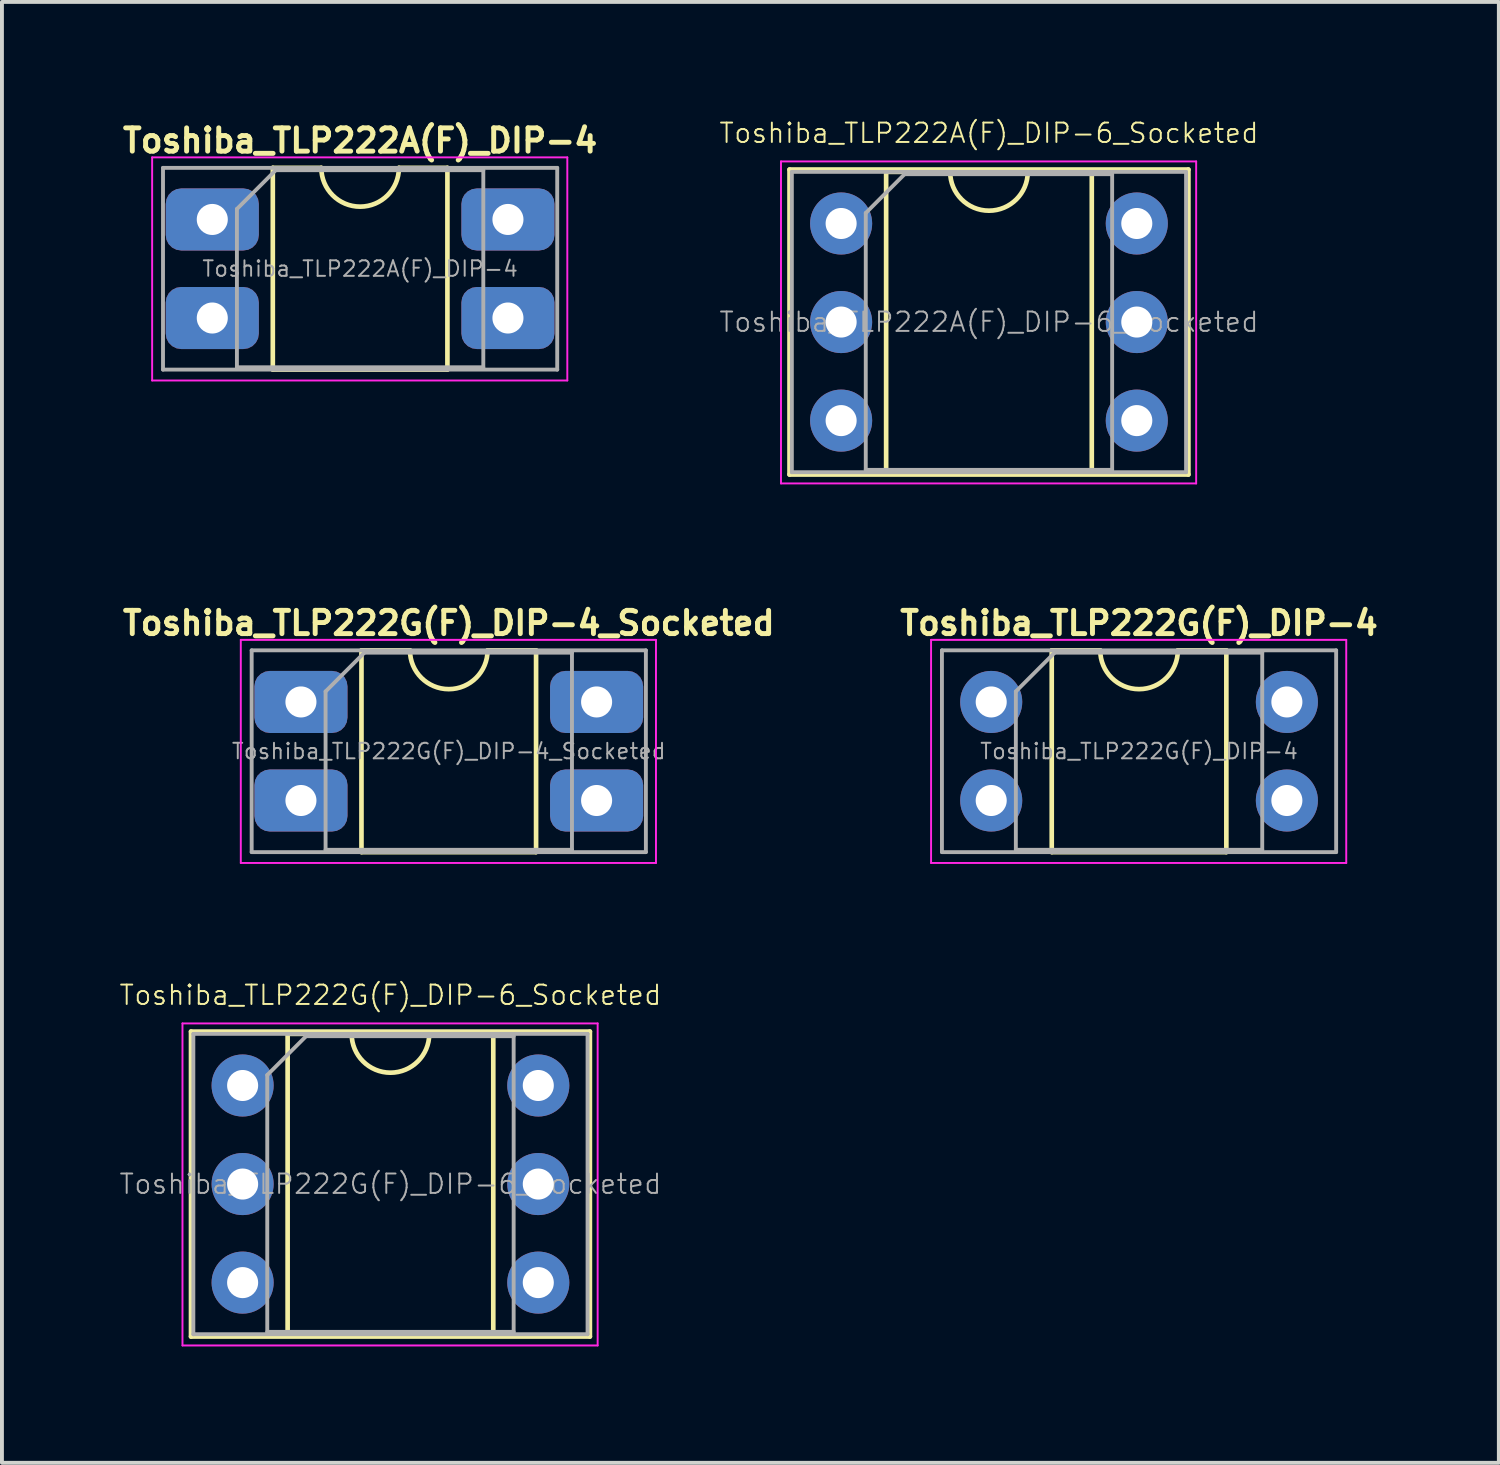
<source format=kicad_pcb>
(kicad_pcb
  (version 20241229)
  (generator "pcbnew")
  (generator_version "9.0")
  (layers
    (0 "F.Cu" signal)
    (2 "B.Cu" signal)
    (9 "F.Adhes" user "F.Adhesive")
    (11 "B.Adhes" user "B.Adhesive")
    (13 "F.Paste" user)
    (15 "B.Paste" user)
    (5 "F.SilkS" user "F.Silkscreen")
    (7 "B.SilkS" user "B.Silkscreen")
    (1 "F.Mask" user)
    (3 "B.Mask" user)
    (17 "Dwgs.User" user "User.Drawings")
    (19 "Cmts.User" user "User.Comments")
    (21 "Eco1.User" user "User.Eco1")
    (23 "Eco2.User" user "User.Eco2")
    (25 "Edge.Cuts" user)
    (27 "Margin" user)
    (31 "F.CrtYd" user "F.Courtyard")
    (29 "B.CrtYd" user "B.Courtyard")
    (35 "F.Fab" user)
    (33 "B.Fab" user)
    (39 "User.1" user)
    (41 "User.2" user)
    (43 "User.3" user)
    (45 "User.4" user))
  (footprint "Toshiba_TLP222G(F)_DIP-6_Socketed"
    (layer "F.Cu")
    (at 7.013 27.466)
    (property "Reference" "Toshiba_TLP222G(F)_DIP-6_Socketed" (at 0 -4.87 0) (layer "F.SilkS") (effects (font (size 0.5 0.5) (thickness 0.05))))
    (attr through_hole)
    (fp_line (start -5.14 -3.93) (end -5.14 3.93) (stroke (width 0.12) (type solid)) (layer "F.SilkS"))
    (fp_line (start -5.14 3.93) (end 5.14 3.93) (stroke (width 0.12) (type solid)) (layer "F.SilkS"))
    (fp_line (start -2.65 -3.87) (end -2.65 3.87) (stroke (width 0.12) (type solid)) (layer "F.SilkS"))
    (fp_line (start -2.65 3.87) (end 2.65 3.87) (stroke (width 0.12) (type solid)) (layer "F.SilkS"))
    (fp_line (start -1 -3.87) (end -2.65 -3.87) (stroke (width 0.12) (type solid)) (layer "F.SilkS"))
    (fp_line (start 2.65 -3.87) (end 1 -3.87) (stroke (width 0.12) (type solid)) (layer "F.SilkS"))
    (fp_line (start 2.65 3.87) (end 2.65 -3.87) (stroke (width 0.12) (type solid)) (layer "F.SilkS"))
    (fp_line (start 5.14 -3.93) (end -5.14 -3.93) (stroke (width 0.12) (type solid)) (layer "F.SilkS"))
    (fp_line (start 5.14 3.93) (end 5.14 -3.93) (stroke (width 0.12) (type solid)) (layer "F.SilkS"))
    (fp_arc (start 1 -3.87) (mid 0 -2.87) (end -1 -3.87) (stroke (width 0.12) (type solid)) (layer "F.SilkS"))
    (fp_line (start -5.36 -4.14) (end -5.36 4.16) (stroke (width 0.05) (type solid)) (layer "F.CrtYd"))
    (fp_line (start -5.36 4.16) (end 5.34 4.16) (stroke (width 0.05) (type solid)) (layer "F.CrtYd"))
    (fp_line (start 5.34 -4.14) (end -5.36 -4.14) (stroke (width 0.05) (type solid)) (layer "F.CrtYd"))
    (fp_line (start 5.34 4.16) (end 5.34 -4.14) (stroke (width 0.05) (type solid)) (layer "F.CrtYd"))
    (fp_line (start -5.08 -3.87) (end -5.08 3.87) (stroke (width 0.1) (type solid)) (layer "F.Fab"))
    (fp_line (start -5.08 3.87) (end 5.08 3.87) (stroke (width 0.1) (type solid)) (layer "F.Fab"))
    (fp_line (start -3.175 -2.81) (end -2.175 -3.81) (stroke (width 0.1) (type solid)) (layer "F.Fab"))
    (fp_line (start -3.175 3.81) (end -3.175 -2.81) (stroke (width 0.1) (type solid)) (layer "F.Fab"))
    (fp_line (start -2.175 -3.81) (end 3.175 -3.81) (stroke (width 0.1) (type solid)) (layer "F.Fab"))
    (fp_line (start 3.175 -3.81) (end 3.175 3.81) (stroke (width 0.1) (type solid)) (layer "F.Fab"))
    (fp_line (start 3.175 3.81) (end -3.175 3.81) (stroke (width 0.1) (type solid)) (layer "F.Fab"))
    (fp_line (start 5.08 -3.87) (end -5.08 -3.87) (stroke (width 0.1) (type solid)) (layer "F.Fab"))
    (fp_line (start 5.08 3.87) (end 5.08 -3.87) (stroke (width 0.1) (type solid)) (layer "F.Fab"))
    (fp_text user "${REFERENCE}" (at 0 0 0) (layer "F.Fab") (effects (font (size 0.5 0.5) (thickness 0.05))))
    (pad "1" thru_hole circle (at -3.81 -2.54) (size 1.6 1.6) (drill 0.8) (layers "*.Cu" "*.Mask"))
    (pad "2" thru_hole oval (at -3.81 0) (size 1.6 1.6) (drill 0.8) (layers "*.Cu" "*.Mask"))
    (pad "3" thru_hole oval (at -3.81 2.54) (size 1.6 1.6) (drill 0.8) (layers "*.Cu" "*.Mask"))
    (pad "4" thru_hole oval (at 3.81 2.54) (size 1.6 1.6) (drill 0.8) (layers "*.Cu" "*.Mask"))
    (pad "5" thru_hole oval (at 3.81 0) (size 1.6 1.6) (drill 0.8) (layers "*.Cu" "*.Mask"))
    (pad "6" thru_hole oval (at 3.81 -2.54) (size 1.6 1.6) (drill 0.8) (layers "*.Cu" "*.Mask")))
  (footprint "Toshiba_TLP222G(F)_DIP-4_Socketed"
    (layer "F.Cu")
    (at 8.516 16.311)
    (property "Reference" "Toshiba_TLP222G(F)_DIP-4_Socketed" (at 0 -3.302 0) (layer "F.SilkS") (effects (font (size 0.6 0.6) (thickness 0.127))))
    (attr through_hole)
    (fp_line (start -2.25 -2.6) (end -2.25 2.6) (stroke (width 0.12) (type solid)) (layer "F.SilkS"))
    (fp_line (start -2.25 2.6) (end 2.25 2.6) (stroke (width 0.12) (type solid)) (layer "F.SilkS"))
    (fp_line (start -1 -2.6) (end -2.25 -2.6) (stroke (width 0.12) (type solid)) (layer "F.SilkS"))
    (fp_line (start 2.25 -2.6) (end 1 -2.6) (stroke (width 0.12) (type solid)) (layer "F.SilkS"))
    (fp_line (start 2.25 2.6) (end 2.25 -2.6) (stroke (width 0.12) (type solid)) (layer "F.SilkS"))
    (fp_arc (start 1 -2.6) (mid 0 -1.6) (end -1 -2.6) (stroke (width 0.12) (type solid)) (layer "F.SilkS"))
    (fp_line (start -5.36 -2.87) (end -5.36 2.88) (stroke (width 0.05) (type solid)) (layer "F.CrtYd"))
    (fp_line (start -5.36 2.88) (end 5.34 2.88) (stroke (width 0.05) (type solid)) (layer "F.CrtYd"))
    (fp_line (start 5.34 -2.87) (end -5.36 -2.87) (stroke (width 0.05) (type solid)) (layer "F.CrtYd"))
    (fp_line (start 5.34 2.88) (end 5.34 -2.87) (stroke (width 0.05) (type solid)) (layer "F.CrtYd"))
    (fp_line (start -5.08 -2.6) (end -5.08 2.6) (stroke (width 0.1) (type solid)) (layer "F.Fab"))
    (fp_line (start -5.08 2.6) (end 5.08 2.6) (stroke (width 0.1) (type solid)) (layer "F.Fab"))
    (fp_line (start -3.175 -1.54) (end -2.175 -2.54) (stroke (width 0.1) (type solid)) (layer "F.Fab"))
    (fp_line (start -3.175 2.54) (end -3.175 -1.54) (stroke (width 0.1) (type solid)) (layer "F.Fab"))
    (fp_line (start -2.175 -2.54) (end 3.175 -2.54) (stroke (width 0.1) (type solid)) (layer "F.Fab"))
    (fp_line (start 3.175 -2.54) (end 3.175 2.54) (stroke (width 0.1) (type solid)) (layer "F.Fab"))
    (fp_line (start 3.175 2.54) (end -3.175 2.54) (stroke (width 0.1) (type solid)) (layer "F.Fab"))
    (fp_line (start 5.08 -2.6) (end -5.08 -2.6) (stroke (width 0.1) (type solid)) (layer "F.Fab"))
    (fp_line (start 5.08 2.6) (end 5.08 -2.6) (stroke (width 0.1) (type solid)) (layer "F.Fab"))
    (fp_text user "${REFERENCE}" (at 0 0 0) (layer "F.Fab") (effects (font (size 0.4 0.4) (thickness 0.05))))
    (pad "1" thru_hole roundrect (at -3.81 -1.27) (size 2.4 1.6) (drill 0.8) (layers "*.Cu" "*.Mask") (roundrect_rratio 0.25))
    (pad "2" thru_hole roundrect (at -3.81 1.27) (size 2.4 1.6) (drill 0.8) (layers "*.Cu" "*.Mask") (roundrect_rratio 0.25))
    (pad "3" thru_hole roundrect (at 3.81 1.27) (size 2.4 1.6) (drill 0.8) (layers "*.Cu" "*.Mask") (roundrect_rratio 0.25))
    (pad "4" thru_hole roundrect (at 3.81 -1.27) (size 2.4 1.6) (drill 0.8) (layers "*.Cu" "*.Mask") (roundrect_rratio 0.25)))
  (footprint "Toshiba_TLP222G(F)_DIP-4"
    (layer "F.Cu")
    (at 26.306 16.311)
    (property "Reference" "Toshiba_TLP222G(F)_DIP-4" (at 0 -3.302 0) (layer "F.SilkS") (effects (font (size 0.6 0.6) (thickness 0.127))))
    (attr through_hole)
    (fp_line (start -2.25 -2.6) (end -2.25 2.6) (stroke (width 0.12) (type solid)) (layer "F.SilkS"))
    (fp_line (start -2.25 2.6) (end 2.25 2.6) (stroke (width 0.12) (type solid)) (layer "F.SilkS"))
    (fp_line (start -1 -2.6) (end -2.25 -2.6) (stroke (width 0.12) (type solid)) (layer "F.SilkS"))
    (fp_line (start 2.25 -2.6) (end 1 -2.6) (stroke (width 0.12) (type solid)) (layer "F.SilkS"))
    (fp_line (start 2.25 2.6) (end 2.25 -2.6) (stroke (width 0.12) (type solid)) (layer "F.SilkS"))
    (fp_arc (start 1 -2.6) (mid 0 -1.6) (end -1 -2.6) (stroke (width 0.12) (type solid)) (layer "F.SilkS"))
    (fp_line (start -5.36 -2.87) (end -5.36 2.88) (stroke (width 0.05) (type solid)) (layer "F.CrtYd"))
    (fp_line (start -5.36 2.88) (end 5.34 2.88) (stroke (width 0.05) (type solid)) (layer "F.CrtYd"))
    (fp_line (start 5.34 -2.87) (end -5.36 -2.87) (stroke (width 0.05) (type solid)) (layer "F.CrtYd"))
    (fp_line (start 5.34 2.88) (end 5.34 -2.87) (stroke (width 0.05) (type solid)) (layer "F.CrtYd"))
    (fp_line (start -5.08 -2.6) (end -5.08 2.6) (stroke (width 0.1) (type solid)) (layer "F.Fab"))
    (fp_line (start -5.08 2.6) (end 5.08 2.6) (stroke (width 0.1) (type solid)) (layer "F.Fab"))
    (fp_line (start -3.175 -1.54) (end -2.175 -2.54) (stroke (width 0.1) (type solid)) (layer "F.Fab"))
    (fp_line (start -3.175 2.54) (end -3.175 -1.54) (stroke (width 0.1) (type solid)) (layer "F.Fab"))
    (fp_line (start -2.175 -2.54) (end 3.175 -2.54) (stroke (width 0.1) (type solid)) (layer "F.Fab"))
    (fp_line (start 3.175 -2.54) (end 3.175 2.54) (stroke (width 0.1) (type solid)) (layer "F.Fab"))
    (fp_line (start 3.175 2.54) (end -3.175 2.54) (stroke (width 0.1) (type solid)) (layer "F.Fab"))
    (fp_line (start 5.08 -2.6) (end -5.08 -2.6) (stroke (width 0.1) (type solid)) (layer "F.Fab"))
    (fp_line (start 5.08 2.6) (end 5.08 -2.6) (stroke (width 0.1) (type solid)) (layer "F.Fab"))
    (fp_text user "${REFERENCE}" (at 0 0 0) (layer "F.Fab") (effects (font (size 0.4 0.4) (thickness 0.05))))
    (pad "1" thru_hole circle (at -3.81 -1.27) (size 1.6 1.6) (drill 0.8) (layers "*.Cu" "*.Mask"))
    (pad "2" thru_hole circle (at -3.81 1.27) (size 1.6 1.6) (drill 0.8) (layers "*.Cu" "*.Mask"))
    (pad "3" thru_hole circle (at 3.81 1.27) (size 1.6 1.6) (drill 0.8) (layers "*.Cu" "*.Mask"))
    (pad "4" thru_hole circle (at 3.81 -1.27) (size 1.6 1.6) (drill 0.8) (layers "*.Cu" "*.Mask")))
  (footprint "Toshiba_TLP222A(F)_DIP-4"
    (layer "F.Cu")
    (at 6.231 3.876)
    (property "Reference" "Toshiba_TLP222A(F)_DIP-4" (at 0 -3.302 0) (layer "F.SilkS") (effects (font (size 0.6 0.6) (thickness 0.127))))
    (attr through_hole)
    (fp_line (start -2.25 -2.6) (end -2.25 2.6) (stroke (width 0.12) (type solid)) (layer "F.SilkS"))
    (fp_line (start -2.25 2.6) (end 2.25 2.6) (stroke (width 0.12) (type solid)) (layer "F.SilkS"))
    (fp_line (start -1 -2.6) (end -2.25 -2.6) (stroke (width 0.12) (type solid)) (layer "F.SilkS"))
    (fp_line (start 2.25 -2.6) (end 1 -2.6) (stroke (width 0.12) (type solid)) (layer "F.SilkS"))
    (fp_line (start 2.25 2.6) (end 2.25 -2.6) (stroke (width 0.12) (type solid)) (layer "F.SilkS"))
    (fp_arc (start 1 -2.6) (mid 0 -1.6) (end -1 -2.6) (stroke (width 0.12) (type solid)) (layer "F.SilkS"))
    (fp_line (start -5.36 -2.87) (end -5.36 2.88) (stroke (width 0.05) (type solid)) (layer "F.CrtYd"))
    (fp_line (start -5.36 2.88) (end 5.34 2.88) (stroke (width 0.05) (type solid)) (layer "F.CrtYd"))
    (fp_line (start 5.34 -2.87) (end -5.36 -2.87) (stroke (width 0.05) (type solid)) (layer "F.CrtYd"))
    (fp_line (start 5.34 2.88) (end 5.34 -2.87) (stroke (width 0.05) (type solid)) (layer "F.CrtYd"))
    (fp_line (start -5.08 -2.6) (end -5.08 2.6) (stroke (width 0.1) (type solid)) (layer "F.Fab"))
    (fp_line (start -5.08 2.6) (end 5.08 2.6) (stroke (width 0.1) (type solid)) (layer "F.Fab"))
    (fp_line (start -3.175 -1.54) (end -2.175 -2.54) (stroke (width 0.1) (type solid)) (layer "F.Fab"))
    (fp_line (start -3.175 2.54) (end -3.175 -1.54) (stroke (width 0.1) (type solid)) (layer "F.Fab"))
    (fp_line (start -2.175 -2.54) (end 3.175 -2.54) (stroke (width 0.1) (type solid)) (layer "F.Fab"))
    (fp_line (start 3.175 -2.54) (end 3.175 2.54) (stroke (width 0.1) (type solid)) (layer "F.Fab"))
    (fp_line (start 3.175 2.54) (end -3.175 2.54) (stroke (width 0.1) (type solid)) (layer "F.Fab"))
    (fp_line (start 5.08 -2.6) (end -5.08 -2.6) (stroke (width 0.1) (type solid)) (layer "F.Fab"))
    (fp_line (start 5.08 2.6) (end 5.08 -2.6) (stroke (width 0.1) (type solid)) (layer "F.Fab"))
    (fp_text user "${REFERENCE}" (at 0 0 0) (layer "F.Fab") (effects (font (size 0.4 0.4) (thickness 0.05))))
    (pad "1" thru_hole roundrect (at -3.81 -1.27) (size 2.4 1.6) (drill 0.8) (layers "*.Cu" "*.Mask") (roundrect_rratio 0.25))
    (pad "2" thru_hole roundrect (at -3.81 1.27) (size 2.4 1.6) (drill 0.8) (layers "*.Cu" "*.Mask") (roundrect_rratio 0.25))
    (pad "3" thru_hole roundrect (at 3.81 1.27) (size 2.4 1.6) (drill 0.8) (layers "*.Cu" "*.Mask") (roundrect_rratio 0.25))
    (pad "4" thru_hole roundrect (at 3.81 -1.27) (size 2.4 1.6) (drill 0.8) (layers "*.Cu" "*.Mask") (roundrect_rratio 0.25)))
  (footprint "Toshiba_TLP222A(F)_DIP-6_Socketed"
    (layer "F.Cu")
    (at 22.438 5.25)
    (property "Reference" "Toshiba_TLP222A(F)_DIP-6_Socketed" (at 0 -4.87 0) (layer "F.SilkS") (effects (font (size 0.5 0.5) (thickness 0.05))))
    (attr through_hole)
    (fp_line (start -5.14 -3.93) (end -5.14 3.93) (stroke (width 0.12) (type solid)) (layer "F.SilkS"))
    (fp_line (start -5.14 3.93) (end 5.14 3.93) (stroke (width 0.12) (type solid)) (layer "F.SilkS"))
    (fp_line (start -2.65 -3.87) (end -2.65 3.87) (stroke (width 0.12) (type solid)) (layer "F.SilkS"))
    (fp_line (start -2.65 3.87) (end 2.65 3.87) (stroke (width 0.12) (type solid)) (layer "F.SilkS"))
    (fp_line (start -1 -3.87) (end -2.65 -3.87) (stroke (width 0.12) (type solid)) (layer "F.SilkS"))
    (fp_line (start 2.65 -3.87) (end 1 -3.87) (stroke (width 0.12) (type solid)) (layer "F.SilkS"))
    (fp_line (start 2.65 3.87) (end 2.65 -3.87) (stroke (width 0.12) (type solid)) (layer "F.SilkS"))
    (fp_line (start 5.14 -3.93) (end -5.14 -3.93) (stroke (width 0.12) (type solid)) (layer "F.SilkS"))
    (fp_line (start 5.14 3.93) (end 5.14 -3.93) (stroke (width 0.12) (type solid)) (layer "F.SilkS"))
    (fp_arc (start 1 -3.87) (mid 0 -2.87) (end -1 -3.87) (stroke (width 0.12) (type solid)) (layer "F.SilkS"))
    (fp_line (start -5.36 -4.14) (end -5.36 4.16) (stroke (width 0.05) (type solid)) (layer "F.CrtYd"))
    (fp_line (start -5.36 4.16) (end 5.34 4.16) (stroke (width 0.05) (type solid)) (layer "F.CrtYd"))
    (fp_line (start 5.34 -4.14) (end -5.36 -4.14) (stroke (width 0.05) (type solid)) (layer "F.CrtYd"))
    (fp_line (start 5.34 4.16) (end 5.34 -4.14) (stroke (width 0.05) (type solid)) (layer "F.CrtYd"))
    (fp_line (start -5.08 -3.87) (end -5.08 3.87) (stroke (width 0.1) (type solid)) (layer "F.Fab"))
    (fp_line (start -5.08 3.87) (end 5.08 3.87) (stroke (width 0.1) (type solid)) (layer "F.Fab"))
    (fp_line (start -3.175 -2.81) (end -2.175 -3.81) (stroke (width 0.1) (type solid)) (layer "F.Fab"))
    (fp_line (start -3.175 3.81) (end -3.175 -2.81) (stroke (width 0.1) (type solid)) (layer "F.Fab"))
    (fp_line (start -2.175 -3.81) (end 3.175 -3.81) (stroke (width 0.1) (type solid)) (layer "F.Fab"))
    (fp_line (start 3.175 -3.81) (end 3.175 3.81) (stroke (width 0.1) (type solid)) (layer "F.Fab"))
    (fp_line (start 3.175 3.81) (end -3.175 3.81) (stroke (width 0.1) (type solid)) (layer "F.Fab"))
    (fp_line (start 5.08 -3.87) (end -5.08 -3.87) (stroke (width 0.1) (type solid)) (layer "F.Fab"))
    (fp_line (start 5.08 3.87) (end 5.08 -3.87) (stroke (width 0.1) (type solid)) (layer "F.Fab"))
    (fp_text user "${REFERENCE}" (at 0 0 0) (layer "F.Fab") (effects (font (size 0.5 0.5) (thickness 0.05))))
    (pad "1" thru_hole circle (at -3.81 -2.54) (size 1.6 1.6) (drill 0.8) (layers "*.Cu" "*.Mask"))
    (pad "2" thru_hole oval (at -3.81 0) (size 1.6 1.6) (drill 0.8) (layers "*.Cu" "*.Mask"))
    (pad "3" thru_hole oval (at -3.81 2.54) (size 1.6 1.6) (drill 0.8) (layers "*.Cu" "*.Mask"))
    (pad "4" thru_hole oval (at 3.81 2.54) (size 1.6 1.6) (drill 0.8) (layers "*.Cu" "*.Mask"))
    (pad "5" thru_hole oval (at 3.81 0) (size 1.6 1.6) (drill 0.8) (layers "*.Cu" "*.Mask"))
    (pad "6" thru_hole oval (at 3.81 -2.54) (size 1.6 1.6) (drill 0.8) (layers "*.Cu" "*.Mask")))
  (gr_rect
    (start -3 -3)
    (end 35.579 34.651)
    (stroke (width 0.1) (type default))
    (fill no)
    (layer "Edge.Cuts")))
</source>
